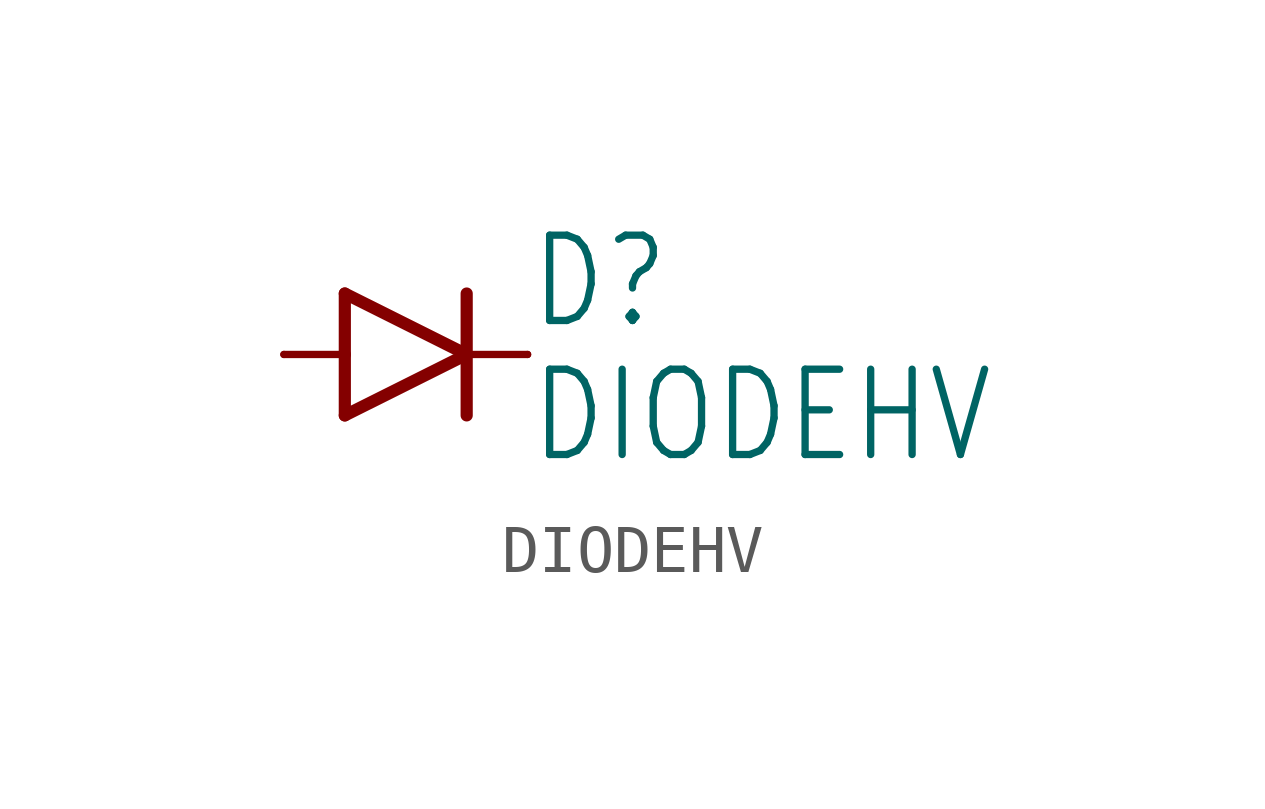
<source format=kicad_sym>
(kicad_symbol_lib
  (version 20220914)
  (generator kicad_symbol_editor)
  (symbol "DIODEHV"
    (property "Reference" "D"
      (at 2.54 0.483 0)
      (effects (font (size 1.778 1.511)) (justify left bottom)))
    (property "Value" "DIODEHV"
      (at 2.54 -2.311 0)
      (effects (font (size 1.778 1.511)) (justify left bottom)))
    (property "ki_locked" ""
      (at 0 0 0)
      (effects (font (size 1.27 1.27))))
    (symbol "DIODEHV_1_0"
      (polyline (pts (xy -2.54 0) (xy -1.27 0)) (stroke (width 0.152) (type default)) (fill (type none)))
      (polyline (pts (xy -1.27 -1.27) (xy 1.27 0)) (stroke (width 0.254) (type default)) (fill (type none)))
      (polyline (pts (xy -1.27 0) (xy -1.27 -1.27)) (stroke (width 0.254) (type default)) (fill (type none)))
      (polyline (pts (xy -1.27 1.27) (xy -1.27 0)) (stroke (width 0.254) (type default)) (fill (type none)))
      (polyline (pts (xy 1.27 0) (xy -1.27 1.27)) (stroke (width 0.254) (type default)) (fill (type none)))
      (polyline (pts (xy 1.27 0) (xy 1.27 -1.27)) (stroke (width 0.254) (type default)) (fill (type none)))
      (polyline (pts (xy 1.27 1.27) (xy 1.27 0)) (stroke (width 0.254) (type default)) (fill (type none)))
      (polyline (pts (xy 2.54 0) (xy 1.27 0)) (stroke (width 0.152) (type default)) (fill (type none)))
      (pin passive line (at -2.54 0 0) (length 0) (name "A" (effects (font (size 0 0)))) (number "A" (effects (font (size 0 0)))))
      (pin passive line (at 2.54 0 180) (length 0) (name "C" (effects (font (size 0 0)))) (number "C" (effects (font (size 0 0))))))))
</source>
